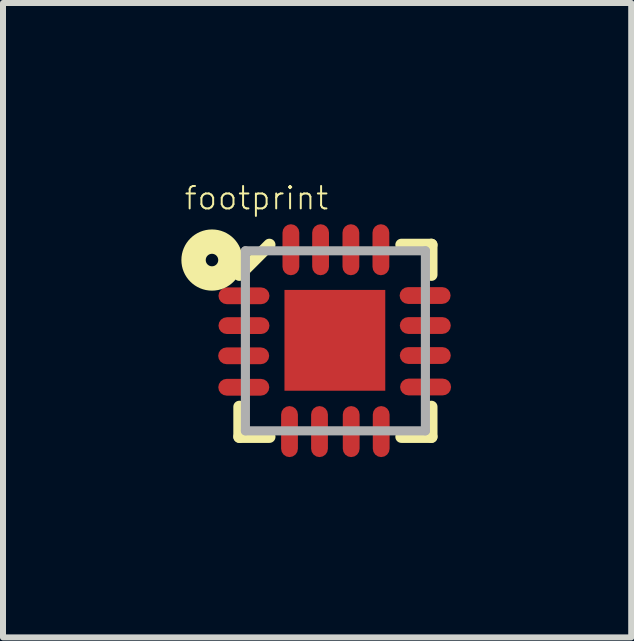
<source format=kicad_pcb>
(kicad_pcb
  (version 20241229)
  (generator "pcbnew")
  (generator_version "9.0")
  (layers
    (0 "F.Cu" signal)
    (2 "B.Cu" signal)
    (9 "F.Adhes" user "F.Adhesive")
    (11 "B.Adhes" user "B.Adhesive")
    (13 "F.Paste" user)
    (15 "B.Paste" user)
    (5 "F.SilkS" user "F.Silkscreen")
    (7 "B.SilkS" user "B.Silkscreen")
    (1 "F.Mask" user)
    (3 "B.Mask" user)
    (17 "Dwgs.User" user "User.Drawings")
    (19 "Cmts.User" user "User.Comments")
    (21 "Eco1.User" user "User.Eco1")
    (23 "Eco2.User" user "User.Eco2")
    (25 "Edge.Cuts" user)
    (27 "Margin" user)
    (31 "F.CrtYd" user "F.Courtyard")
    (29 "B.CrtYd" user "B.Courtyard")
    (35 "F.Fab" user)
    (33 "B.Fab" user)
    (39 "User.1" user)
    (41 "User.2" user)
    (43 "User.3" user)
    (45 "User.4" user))
  (footprint "footprint"
    (layer "F.Cu")
    (at 2.54 2.63)
    (property "Reference" "footprint" (at -2.54 -2.159 0) (layer "F.SilkS") (effects (font (size 0.374 0.374) (thickness 0.033)) (justify left bottom)))
    (fp_line (start -1.6 -1.1) (end -1.1 -1.6) (stroke (width 0.203) (type solid)) (layer "F.SilkS"))
    (fp_line (start -1.6 1.6) (end -1.6 1.1) (stroke (width 0.203) (type solid)) (layer "F.SilkS"))
    (fp_line (start -1.1 1.6) (end -1.6 1.6) (stroke (width 0.203) (type solid)) (layer "F.SilkS"))
    (fp_line (start 1.1 -1.6) (end 1.6 -1.6) (stroke (width 0.203) (type solid)) (layer "F.SilkS"))
    (fp_line (start 1.6 -1.6) (end 1.6 -1.1) (stroke (width 0.203) (type solid)) (layer "F.SilkS"))
    (fp_line (start 1.6 1.1) (end 1.6 1.6) (stroke (width 0.203) (type solid)) (layer "F.SilkS"))
    (fp_line (start 1.6 1.6) (end 1.1 1.6) (stroke (width 0.203) (type solid)) (layer "F.SilkS"))
    (fp_circle (center -2.057 -1.346) (end -1.953 -1.346) (stroke (width 0.406) (type solid)) (fill no) (layer "F.SilkS"))
    (fp_line (start -1.853 0.773) (end -1.407 0.773) (stroke (width 0.203) (type solid)) (layer "F.Paste"))
    (fp_line (start -1.853 0.25) (end -1.406 0.25) (stroke (width 0.203) (type solid)) (layer "F.Paste"))
    (fp_line (start -1.851 -0.253) (end -1.404 -0.253) (stroke (width 0.203) (type solid)) (layer "F.Paste"))
    (fp_line (start -1.403 -0.751) (end -1.85 -0.751) (stroke (width 0.203) (type solid)) (layer "F.Paste"))
    (fp_line (start -0.765 1.838) (end -0.765 1.391) (stroke (width 0.203) (type solid)) (layer "F.Paste"))
    (fp_line (start -0.742 -1.843) (end -0.742 -1.396) (stroke (width 0.203) (type solid)) (layer "F.Paste"))
    (fp_line (start -0.265 1.838) (end -0.265 1.391) (stroke (width 0.203) (type solid)) (layer "F.Paste"))
    (fp_line (start -0.247 -1.846) (end -0.247 -1.399) (stroke (width 0.203) (type solid)) (layer "F.Paste"))
    (fp_line (start 0.258 -1.846) (end 0.258 -1.399) (stroke (width 0.203) (type solid)) (layer "F.Paste"))
    (fp_line (start 0.26 1.838) (end 0.26 1.391) (stroke (width 0.203) (type solid)) (layer "F.Paste"))
    (fp_line (start 0.758 -1.843) (end 0.758 -1.396) (stroke (width 0.203) (type solid)) (layer "F.Paste"))
    (fp_line (start 0.763 1.841) (end 0.763 1.394) (stroke (width 0.203) (type solid)) (layer "F.Paste"))
    (fp_line (start 1.818 -0.755) (end 1.401 -0.755) (stroke (width 0.203) (type solid)) (layer "F.Paste"))
    (fp_line (start 1.82 -0.255) (end 1.399 -0.255) (stroke (width 0.203) (type solid)) (layer "F.Paste"))
    (fp_line (start 1.82 0.245) (end 1.399 0.245) (stroke (width 0.203) (type solid)) (layer "F.Paste"))
    (fp_line (start 1.828 0.768) (end 1.407 0.768) (stroke (width 0.203) (type solid)) (layer "F.Paste"))
    (fp_poly (pts (xy -0.305 0.305) (xy 0.279 0.305) (xy 0.279 -0.279) (xy -0.305 -0.279)) (stroke (width 0) (type solid)) (fill yes) (layer "F.Paste"))
    (fp_line (start -1.5 -1.5) (end -1.5 1.5) (stroke (width 0.152) (type solid)) (layer "F.Fab"))
    (fp_line (start -1.5 1.5) (end 1.5 1.5) (stroke (width 0.152) (type solid)) (layer "F.Fab"))
    (fp_line (start 1.5 -1.5) (end -1.5 -1.5) (stroke (width 0.152) (type solid)) (layer "F.Fab"))
    (fp_line (start 1.5 1.5) (end 1.5 -1.5) (stroke (width 0.152) (type solid)) (layer "F.Fab"))
    (pad "1" smd roundrect (at -1.524 -0.75) (size 0.85 0.28) (layers "F.Cu" "F.Mask") (roundrect_rratio 0.5))
    (pad "2" smd roundrect (at -1.524 -0.253) (size 0.85 0.28) (layers "F.Cu" "F.Mask") (roundrect_rratio 0.5))
    (pad "3" smd roundrect (at -1.529 0.25) (size 0.85 0.28) (layers "F.Cu" "F.Mask") (roundrect_rratio 0.5))
    (pad "4" smd roundrect (at -1.527 0.774) (size 0.85 0.28) (layers "F.Cu" "F.Mask") (roundrect_rratio 0.5))
    (pad "5" smd roundrect (at -0.765 1.513 90) (size 0.85 0.28) (layers "F.Cu" "F.Mask") (roundrect_rratio 0.5))
    (pad "6" smd roundrect (at -0.265 1.513 90) (size 0.85 0.28) (layers "F.Cu" "F.Mask") (roundrect_rratio 0.5))
    (pad "7" smd roundrect (at 0.263 1.513 90) (size 0.85 0.28) (layers "F.Cu" "F.Mask") (roundrect_rratio 0.5))
    (pad "8" smd roundrect (at 0.763 1.513 90) (size 0.85 0.28) (layers "F.Cu" "F.Mask") (roundrect_rratio 0.5))
    (pad "9" smd roundrect (at 1.503 0.77 180) (size 0.85 0.28) (layers "F.Cu" "F.Mask") (roundrect_rratio 0.5))
    (pad "10" smd roundrect (at 1.498 0.245 180) (size 0.85 0.28) (layers "F.Cu" "F.Mask") (roundrect_rratio 0.5))
    (pad "11" smd roundrect (at 1.498 -0.255 180) (size 0.85 0.28) (layers "F.Cu" "F.Mask") (roundrect_rratio 0.5))
    (pad "12" smd roundrect (at 1.495 -0.755 180) (size 0.85 0.28) (layers "F.Cu" "F.Mask") (roundrect_rratio 0.5))
    (pad "13" smd roundrect (at 0.758 -1.518 270) (size 0.85 0.28) (layers "F.Cu" "F.Mask") (roundrect_rratio 0.5))
    (pad "14" smd roundrect (at 0.258 -1.518 270) (size 0.85 0.28) (layers "F.Cu" "F.Mask") (roundrect_rratio 0.5))
    (pad "15" smd roundrect (at -0.247 -1.518 270) (size 0.85 0.28) (layers "F.Cu" "F.Mask") (roundrect_rratio 0.5))
    (pad "16" smd roundrect (at -0.742 -1.518 270) (size 0.85 0.28) (layers "F.Cu" "F.Mask") (roundrect_rratio 0.5))
    (pad "EXT" smd rect (at -0.009 -0.008 180) (size 1.68 1.68) (layers "F.Cu" "F.Mask")))
  (gr_rect
    (start -3 -3)
    (end 7.47 7.573)
    (stroke (width 0.1) (type default))
    (fill no)
    (layer "Edge.Cuts")))
</source>
